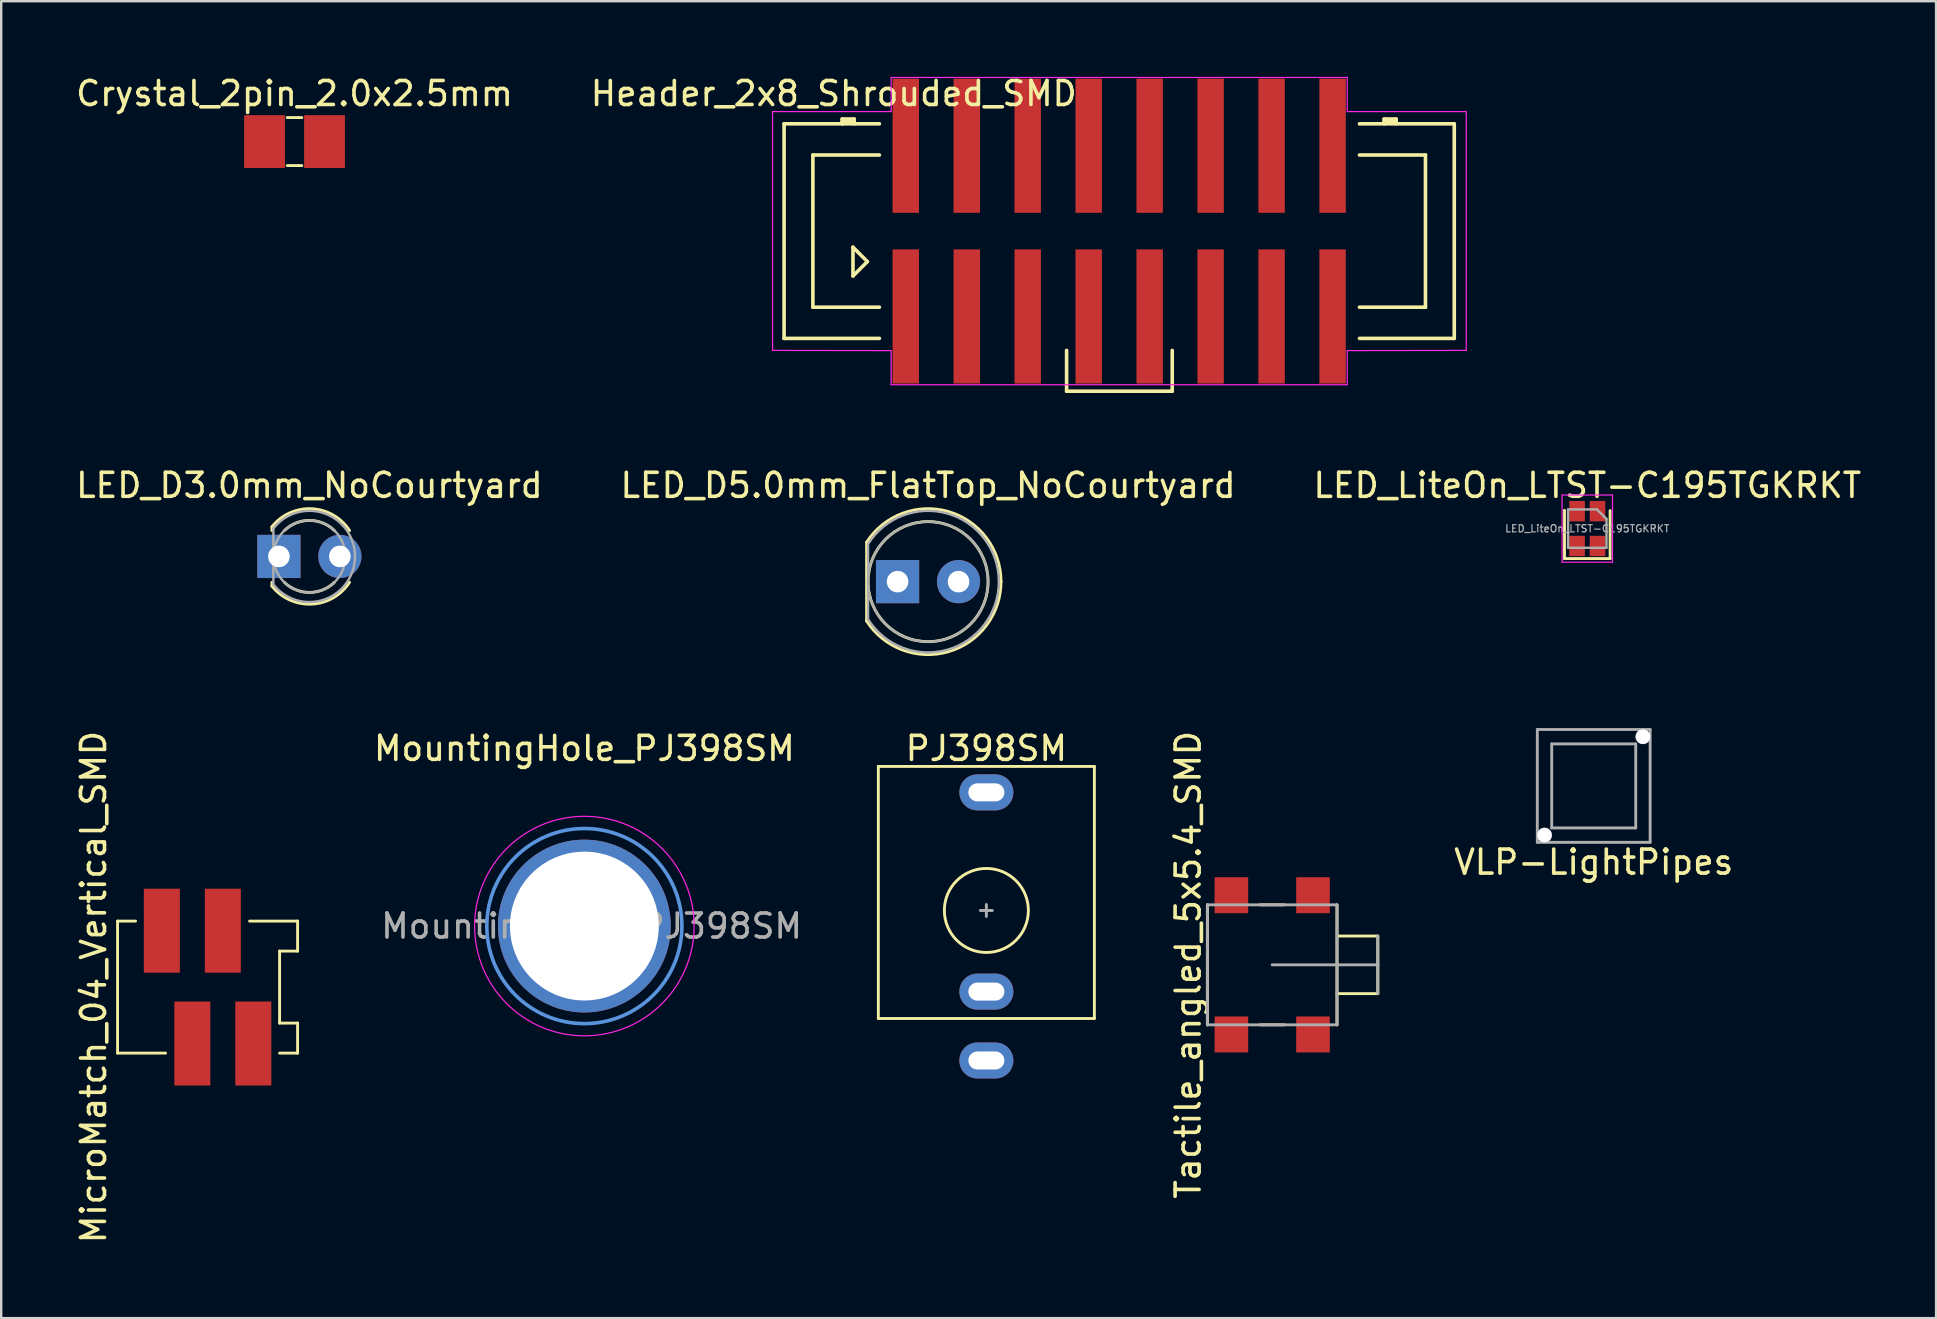
<source format=kicad_pcb>
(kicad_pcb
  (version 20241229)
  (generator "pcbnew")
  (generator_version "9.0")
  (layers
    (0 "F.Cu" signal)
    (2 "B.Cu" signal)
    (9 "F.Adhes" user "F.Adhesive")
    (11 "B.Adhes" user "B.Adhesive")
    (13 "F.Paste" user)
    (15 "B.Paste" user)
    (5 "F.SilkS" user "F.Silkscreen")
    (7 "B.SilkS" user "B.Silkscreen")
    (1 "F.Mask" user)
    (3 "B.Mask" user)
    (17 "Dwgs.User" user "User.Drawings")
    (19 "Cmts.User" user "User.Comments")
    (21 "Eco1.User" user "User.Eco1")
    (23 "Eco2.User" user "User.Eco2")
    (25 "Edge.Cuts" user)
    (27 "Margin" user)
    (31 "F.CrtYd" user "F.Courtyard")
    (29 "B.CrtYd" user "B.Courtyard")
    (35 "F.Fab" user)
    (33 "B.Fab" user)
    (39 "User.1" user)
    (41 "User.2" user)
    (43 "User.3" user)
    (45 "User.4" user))
  (footprint "Crystal_2pin_2.0x2.5mm"
    (layer "F.Cu")
    (at 9.22 2.848)
    (property "Reference" "Crystal_2pin_2.0x2.5mm" (at 0 -2 0) (layer "F.SilkS") (effects (font (size 1 1) (thickness 0.15))))
    (attr through_hole)
    (fp_line (start -0.305 -1) (end 0.305 -1) (stroke (width 0.12) (type solid)) (layer "F.SilkS"))
    (fp_line (start 0.305 1) (end -0.305 1) (stroke (width 0.12) (type solid)) (layer "F.SilkS"))
    (pad "1" smd rect (at -1.25 0) (size 1.7 2.2) (layers "F.Cu" "F.Mask" "F.Paste"))
    (pad "2" smd rect (at 1.25 0) (size 1.7 2.2) (layers "F.Cu" "F.Mask" "F.Paste")))
  (footprint "LED_D5.0mm_FlatTop_NoCourtyard"
    (layer "F.Cu")
    (at 34.343 21.181)
    (property "Reference" "LED_D5.0mm_FlatTop_NoCourtyard" (at 1.27 -4.01 0) (layer "F.SilkS") (effects (font (size 1 1) (thickness 0.15))))
    (attr through_hole)
    (fp_line (start -1.29 -1.64) (end -1.29 1.64) (stroke (width 0.12) (type solid)) (layer "F.SilkS"))
    (fp_arc (start -1.29 -1.639512) (mid 2.125106 -2.917258) (end 4.309999 0.001958) (stroke (width 0.12) (type solid)) (layer "F.SilkS"))
    (fp_arc (start 4.309999 -0.001958) (mid 2.125106 2.917258) (end -1.29 1.639512) (stroke (width 0.12) (type solid)) (layer "F.SilkS"))
    (fp_circle (center 1.27 0) (end 3.77 0) (stroke (width 0.12) (type solid)) (fill no) (layer "F.SilkS"))
    (fp_line (start -1.23 -1.566) (end -1.23 1.566) (stroke (width 0.1) (type solid)) (layer "F.Fab"))
    (fp_arc (start -1.23 -1.566046) (mid 4.22 0.00071) (end -1.230753 1.564843) (stroke (width 0.1) (type solid)) (layer "F.Fab"))
    (fp_circle (center 1.27 0) (end 3.77 0) (stroke (width 0.1) (type solid)) (fill no) (layer "F.Fab"))
    (pad "1" thru_hole rect (at 0 0) (size 1.8 1.8) (drill 0.9) (layers "*.Cu" "*.Mask"))
    (pad "2" thru_hole circle (at 2.54 0) (size 1.8 1.8) (drill 0.9) (layers "*.Cu" "*.Mask")))
  (footprint "PJ398SM"
    (layer "F.Cu")
    (at 38.042 34.88)
    (property "Reference" "PJ398SM" (at 0 -6.75 0) (layer "F.SilkS") (effects (font (size 1 1) (thickness 0.15))))
    (attr through_hole)
    (fp_line (start -4.5 -6) (end -4.5 4.5) (stroke (width 0.12) (type solid)) (layer "F.SilkS"))
    (fp_line (start -4.5 4.5) (end 4.5 4.5) (stroke (width 0.12) (type solid)) (layer "F.SilkS"))
    (fp_line (start 4.5 -6) (end -4.5 -6) (stroke (width 0.12) (type solid)) (layer "F.SilkS"))
    (fp_line (start 4.5 4.5) (end 4.5 -6) (stroke (width 0.12) (type solid)) (layer "F.SilkS"))
    (fp_circle (center 0 0) (end 1.75 0) (stroke (width 0.12) (type solid)) (fill no) (layer "F.SilkS"))
    (fp_line (start 0 -0.25) (end 0 0.25) (stroke (width 0.12) (type solid)) (layer "F.Fab"))
    (fp_line (start 0.25 0) (end -0.25 0) (stroke (width 0.12) (type solid)) (layer "F.Fab"))
    (pad "S" thru_hole oval (at 0 6.25) (size 2.25 1.5) (drill oval 1.5 0.75) (layers "*.Cu" "*.Mask"))
    (pad "T" thru_hole oval (at 0 -4.92) (size 2.25 1.5) (drill oval 1.5 0.75) (layers "*.Cu" "*.Mask"))
    (pad "TN" thru_hole oval (at 0 3.38) (size 2.25 1.5) (drill oval 1.5 0.75) (layers "*.Cu" "*.Mask")))
  (footprint "LED_D3.0mm_NoCourtyard"
    (layer "F.Cu")
    (at 8.569 20.131)
    (property "Reference" "LED_D3.0mm_NoCourtyard" (at 1.27 -2.96 0) (layer "F.SilkS") (effects (font (size 1 1) (thickness 0.15))))
    (attr through_hole)
    (fp_line (start -0.29 -1.236) (end -0.29 -1.08) (stroke (width 0.12) (type solid)) (layer "F.SilkS"))
    (fp_line (start -0.29 1.08) (end -0.29 1.236) (stroke (width 0.12) (type solid)) (layer "F.SilkS"))
    (fp_arc (start -0.29 -1.235516) (mid 1.366487 -1.987659) (end 2.942335 -1.078608) (stroke (width 0.12) (type solid)) (layer "F.SilkS"))
    (fp_arc (start 0.229039 -1.08) (mid 1.270117 -1.5) (end 2.31113 -1.079837) (stroke (width 0.12) (type solid)) (layer "F.SilkS"))
    (fp_arc (start 2.31113 1.079837) (mid 1.270117 1.5) (end 0.229039 1.08) (stroke (width 0.12) (type solid)) (layer "F.SilkS"))
    (fp_arc (start 2.942335 1.078608) (mid 1.366487 1.987659) (end -0.29 1.235516) (stroke (width 0.12) (type solid)) (layer "F.SilkS"))
    (fp_line (start -0.23 -1.166) (end -0.23 1.166) (stroke (width 0.1) (type solid)) (layer "F.Fab"))
    (fp_arc (start -0.23 -1.16619) (mid 3.17 0.000452) (end -0.230555 1.165476) (stroke (width 0.1) (type solid)) (layer "F.Fab"))
    (fp_circle (center 1.27 0) (end 2.77 0) (stroke (width 0.1) (type solid)) (fill no) (layer "F.Fab"))
    (pad "1" thru_hole rect (at 0 0) (size 1.8 1.8) (drill 0.9) (layers "*.Cu" "*.Mask"))
    (pad "2" thru_hole circle (at 2.54 0) (size 1.8 1.8) (drill 0.9) (layers "*.Cu" "*.Mask")))
  (footprint "Header_2x8_Shrouded_SMD"
    (layer "F.Cu")
    (at 34.685 7.848)
    (property "Reference" "Header_2x8_Shrouded_SMD" (at -3 -7 0) (layer "F.SilkS") (effects (font (size 1 1) (thickness 0.15))))
    (attr through_hole)
    (fp_line (start -5.07 -5.74) (end -1.1 -5.74) (stroke (width 0.15) (type solid)) (layer "F.SilkS"))
    (fp_line (start -5.07 3.2) (end -5.07 -5.74) (stroke (width 0.15) (type solid)) (layer "F.SilkS"))
    (fp_line (start -3.87 -4.44) (end -1.1 -4.44) (stroke (width 0.15) (type solid)) (layer "F.SilkS"))
    (fp_line (start -3.87 1.9) (end -3.87 -4.44) (stroke (width 0.15) (type solid)) (layer "F.SilkS"))
    (fp_line (start -2.65 -5.94) (end -2.15 -5.94) (stroke (width 0.15) (type solid)) (layer "F.SilkS"))
    (fp_line (start -2.65 -5.84) (end -2.15 -5.84) (stroke (width 0.15) (type solid)) (layer "F.SilkS"))
    (fp_line (start -2.65 -5.74) (end -2.65 -5.94) (stroke (width 0.15) (type solid)) (layer "F.SilkS"))
    (fp_line (start -2.2 -0.6) (end -1.6 0) (stroke (width 0.15) (type solid)) (layer "F.SilkS"))
    (fp_line (start -2.2 0.6) (end -2.2 -0.6) (stroke (width 0.15) (type solid)) (layer "F.SilkS"))
    (fp_line (start -2.15 -5.94) (end -2.15 -5.74) (stroke (width 0.15) (type solid)) (layer "F.SilkS"))
    (fp_line (start -1.6 0) (end -2.2 0.6) (stroke (width 0.15) (type solid)) (layer "F.SilkS"))
    (fp_line (start -1.1 1.9) (end -3.87 1.9) (stroke (width 0.15) (type solid)) (layer "F.SilkS"))
    (fp_line (start -1.1 3.2) (end -5.07 3.2) (stroke (width 0.15) (type solid)) (layer "F.SilkS"))
    (fp_line (start 6.7 5.4) (end 6.7 3.7) (stroke (width 0.15) (type default)) (layer "F.SilkS"))
    (fp_line (start 11.1 3.7) (end 11.1 5.4) (stroke (width 0.15) (type default)) (layer "F.SilkS"))
    (fp_line (start 11.1 5.4) (end 6.7 5.4) (stroke (width 0.15) (type default)) (layer "F.SilkS"))
    (fp_line (start 18.9 -5.74) (end 22.85 -5.74) (stroke (width 0.15) (type solid)) (layer "F.SilkS"))
    (fp_line (start 18.9 -4.44) (end 21.65 -4.44) (stroke (width 0.15) (type solid)) (layer "F.SilkS"))
    (fp_line (start 19.93 -5.94) (end 20.43 -5.94) (stroke (width 0.15) (type solid)) (layer "F.SilkS"))
    (fp_line (start 19.93 -5.84) (end 20.43 -5.84) (stroke (width 0.15) (type solid)) (layer "F.SilkS"))
    (fp_line (start 19.93 -5.74) (end 19.93 -5.94) (stroke (width 0.15) (type solid)) (layer "F.SilkS"))
    (fp_line (start 20.43 -5.94) (end 20.43 -5.74) (stroke (width 0.15) (type solid)) (layer "F.SilkS"))
    (fp_line (start 21.65 -4.44) (end 21.65 1.9) (stroke (width 0.15) (type solid)) (layer "F.SilkS"))
    (fp_line (start 21.65 1.9) (end 18.9 1.9) (stroke (width 0.15) (type solid)) (layer "F.SilkS"))
    (fp_line (start 22.85 -5.74) (end 22.85 3.2) (stroke (width 0.15) (type solid)) (layer "F.SilkS"))
    (fp_line (start 22.85 3.2) (end 18.9 3.2) (stroke (width 0.15) (type solid)) (layer "F.SilkS"))
    (fp_line (start -5.55 -6.25) (end -0.61 -6.25) (stroke (width 0.05) (type solid)) (layer "F.CrtYd"))
    (fp_line (start -5.55 3.7) (end -5.55 -6.25) (stroke (width 0.05) (type solid)) (layer "F.CrtYd"))
    (fp_line (start -0.61 -7.671) (end 18.39 -7.671) (stroke (width 0.05) (type solid)) (layer "F.CrtYd"))
    (fp_line (start -0.61 -6.25) (end -0.61 -7.671) (stroke (width 0.05) (type solid)) (layer "F.CrtYd"))
    (fp_line (start -0.61 3.708) (end -5.55 3.7) (stroke (width 0.05) (type solid)) (layer "F.CrtYd"))
    (fp_line (start -0.61 5.131) (end -0.61 3.708) (stroke (width 0.05) (type solid)) (layer "F.CrtYd"))
    (fp_line (start 18.39 -6.248) (end 18.39 -7.671) (stroke (width 0.05) (type solid)) (layer "F.CrtYd"))
    (fp_line (start 18.39 -6.248) (end 23.35 -6.25) (stroke (width 0.05) (type solid)) (layer "F.CrtYd"))
    (fp_line (start 18.39 3.708) (end 18.39 5.131) (stroke (width 0.05) (type solid)) (layer "F.CrtYd"))
    (fp_line (start 18.39 5.131) (end -0.61 5.131) (stroke (width 0.05) (type solid)) (layer "F.CrtYd"))
    (fp_line (start 23.35 -6.25) (end 23.35 3.7) (stroke (width 0.05) (type solid)) (layer "F.CrtYd"))
    (fp_line (start 23.35 3.7) (end 18.39 3.708) (stroke (width 0.05) (type solid)) (layer "F.CrtYd"))
    (pad "1" smd rect (at 0 2.286) (size 1.1 5.588) (layers "F.Cu" "F.Mask" "F.Paste"))
    (pad "2" smd rect (at 0 -4.826) (size 1.1 5.588) (layers "F.Cu" "F.Mask" "F.Paste"))
    (pad "3" smd rect (at 2.54 2.286) (size 1.1 5.588) (layers "F.Cu" "F.Mask" "F.Paste"))
    (pad "4" smd rect (at 2.54 -4.826) (size 1.1 5.588) (layers "F.Cu" "F.Mask" "F.Paste"))
    (pad "5" smd rect (at 5.08 2.286) (size 1.1 5.588) (layers "F.Cu" "F.Mask" "F.Paste"))
    (pad "6" smd rect (at 5.08 -4.826) (size 1.1 5.588) (layers "F.Cu" "F.Mask" "F.Paste"))
    (pad "7" smd rect (at 7.62 2.286) (size 1.1 5.588) (layers "F.Cu" "F.Mask" "F.Paste"))
    (pad "8" smd rect (at 7.62 -4.826) (size 1.1 5.588) (layers "F.Cu" "F.Mask" "F.Paste"))
    (pad "9" smd rect (at 10.16 2.286) (size 1.1 5.588) (layers "F.Cu" "F.Mask" "F.Paste"))
    (pad "10" smd rect (at 10.16 -4.826) (size 1.1 5.588) (layers "F.Cu" "F.Mask" "F.Paste"))
    (pad "11" smd rect (at 12.7 2.286) (size 1.1 5.588) (layers "F.Cu" "F.Mask" "F.Paste"))
    (pad "12" smd rect (at 12.7 -4.826) (size 1.1 5.588) (layers "F.Cu" "F.Mask" "F.Paste"))
    (pad "13" smd rect (at 15.24 2.286) (size 1.1 5.588) (layers "F.Cu" "F.Mask" "F.Paste"))
    (pad "14" smd rect (at 15.24 -4.826) (size 1.1 5.588) (layers "F.Cu" "F.Mask" "F.Paste"))
    (pad "15" smd rect (at 17.78 2.286) (size 1.1 5.588) (layers "F.Cu" "F.Mask" "F.Paste"))
    (pad "16" smd rect (at 17.78 -4.826) (size 1.1 5.588) (layers "F.Cu" "F.Mask" "F.Paste")))
  (footprint "MicroMatch_04_Vertical_SMD"
    (layer "F.Cu")
    (at 5.598 38.073)
    (property "Reference" "MicroMatch_04_Vertical_SMD" (at -4.75 0 90) (layer "F.SilkS") (effects (font (size 1 1) (thickness 0.15))))
    (attr through_hole)
    (fp_line (start -3.75 -2.75) (end -3.75 2.75) (stroke (width 0.12) (type solid)) (layer "F.SilkS"))
    (fp_line (start -3.75 2.75) (end -1.75 2.75) (stroke (width 0.12) (type solid)) (layer "F.SilkS"))
    (fp_line (start -3 -2.75) (end -3.75 -2.75) (stroke (width 0.12) (type solid)) (layer "F.SilkS"))
    (fp_line (start 1.75 -2.75) (end 3.75 -2.75) (stroke (width 0.12) (type solid)) (layer "F.SilkS"))
    (fp_line (start 3 -1.5) (end 3 1.5) (stroke (width 0.12) (type solid)) (layer "F.SilkS"))
    (fp_line (start 3 1.5) (end 3.75 1.5) (stroke (width 0.12) (type solid)) (layer "F.SilkS"))
    (fp_line (start 3.75 -2.75) (end 3.75 -1.5) (stroke (width 0.12) (type solid)) (layer "F.SilkS"))
    (fp_line (start 3.75 -1.5) (end 3 -1.5) (stroke (width 0.12) (type solid)) (layer "F.SilkS"))
    (fp_line (start 3.75 1.5) (end 3.75 2.75) (stroke (width 0.12) (type solid)) (layer "F.SilkS"))
    (fp_line (start 3.75 2.75) (end 3 2.75) (stroke (width 0.12) (type solid)) (layer "F.SilkS"))
    (pad "1" smd rect (at 1.905 2.35) (size 1.5 3.5) (layers "F.Cu" "F.Mask" "F.Paste"))
    (pad "2" smd rect (at 0.635 -2.35) (size 1.5 3.5) (layers "F.Cu" "F.Mask" "F.Paste"))
    (pad "3" smd rect (at -0.635 2.35) (size 1.5 3.5) (layers "F.Cu" "F.Mask" "F.Paste"))
    (pad "4" smd rect (at -1.905 -2.35) (size 1.5 3.5) (layers "F.Cu" "F.Mask" "F.Paste")))
  (footprint "Tactile_angled_5x5.4_SMD"
    (layer "F.Cu")
    (at 49.95 37.145)
    (property "Reference" "Tactile_angled_5x5.4_SMD" (at -3.5 0 90) (layer "F.SilkS") (effects (font (size 1 1) (thickness 0.15))))
    (attr through_hole)
    (fp_line (start -2.7 -2.5) (end -2.7 2.5) (stroke (width 0.12) (type solid)) (layer "F.SilkS"))
    (fp_line (start -0.5 -2.5) (end 0.5 -2.5) (stroke (width 0.12) (type solid)) (layer "F.SilkS"))
    (fp_line (start -0.5 2.5) (end 0.5 2.5) (stroke (width 0.12) (type solid)) (layer "F.SilkS"))
    (fp_line (start 2.7 -2.5) (end 2.7 2.5) (stroke (width 0.12) (type solid)) (layer "F.SilkS"))
    (fp_line (start 4.4 -1.2) (end 2.7 -1.2) (stroke (width 0.12) (type solid)) (layer "F.SilkS"))
    (fp_line (start 4.4 1.2) (end 2.7 1.2) (stroke (width 0.12) (type solid)) (layer "F.SilkS"))
    (fp_line (start 4.4 1.2) (end 4.4 -1.2) (stroke (width 0.12) (type solid)) (layer "F.SilkS"))
    (fp_line (start -2.7 -2.5) (end -2.7 2.5) (stroke (width 0.12) (type solid)) (layer "F.Fab"))
    (fp_line (start -2.7 2.5) (end 2.7 2.5) (stroke (width 0.12) (type solid)) (layer "F.Fab"))
    (fp_line (start 0 0) (end 4.4 0) (stroke (width 0.12) (type solid)) (layer "F.Fab"))
    (fp_line (start 2.7 -2.5) (end -2.7 -2.5) (stroke (width 0.12) (type solid)) (layer "F.Fab"))
    (fp_line (start 2.7 2.5) (end 2.7 -2.5) (stroke (width 0.12) (type solid)) (layer "F.Fab"))
    (fp_line (start 4.4 0) (end 4.4 -1.2) (stroke (width 0.12) (type solid)) (layer "F.Fab"))
    (fp_line (start 4.4 0) (end 4.4 1.2) (stroke (width 0.12) (type solid)) (layer "F.Fab"))
    (pad "1" smd rect (at -1.7 -2.9) (size 1.4 1.5) (layers "F.Cu" "F.Mask" "F.Paste"))
    (pad "2" smd rect (at 1.7 -2.9) (size 1.4 1.5) (layers "F.Cu" "F.Mask" "F.Paste"))
    (pad "3" smd rect (at -1.7 2.9) (size 1.4 1.5) (layers "F.Cu" "F.Mask" "F.Paste"))
    (pad "4" smd rect (at 1.7 2.9) (size 1.4 1.5) (layers "F.Cu" "F.Mask" "F.Paste")))
  (footprint "MountingHole_PJ398SM"
    (layer "F.Cu")
    (at 21.295 35.53)
    (property "Reference" "MountingHole_PJ398SM" (at 0 -7.4 0) (layer "F.SilkS") (effects (font (size 1 1) (thickness 0.15))))
    (attr exclude_from_pos_files exclude_from_bom)
    (fp_circle (center 0 0) (end 4.064 0) (stroke (width 0.15) (type solid)) (fill no) (layer "Cmts.User"))
    (fp_circle (center 0 0) (end 4.572 0) (stroke (width 0.05) (type solid)) (fill no) (layer "F.CrtYd"))
    (fp_text user "${REFERENCE}" (at 0.3 0 0) (layer "F.Fab") (effects (font (size 1 1) (thickness 0.15))))
    (pad "1" thru_hole circle (at 0 0) (size 7.2 7.2) (drill 6.2) (layers "*.Cu" "*.Mask")))
  (footprint "LED_LiteOn_LTST-C195TGKRKT"
    (layer "F.Cu")
    (at 63.077 18.971)
    (property "Reference" "LED_LiteOn_LTST-C195TGKRKT" (at 0 -1.8 0) (layer "F.SilkS") (effects (font (size 1 1) (thickness 0.15))))
    (attr smd)
    (fp_line (start -0.95 -0.762) (end -0.95 1.25) (stroke (width 0.12) (type solid)) (layer "F.SilkS"))
    (fp_line (start -0.95 1.25) (end 0.95 1.25) (stroke (width 0.12) (type solid)) (layer "F.SilkS"))
    (fp_line (start 0.95 -0.75) (end 0.95 1.25) (stroke (width 0.12) (type solid)) (layer "F.SilkS"))
    (fp_line (start -1.05 -1.4) (end 1.05 -1.4) (stroke (width 0.05) (type solid)) (layer "F.CrtYd"))
    (fp_line (start -1.05 1.4) (end -1.05 -1.4) (stroke (width 0.05) (type solid)) (layer "F.CrtYd"))
    (fp_line (start 1.05 -1.4) (end 1.05 1.4) (stroke (width 0.05) (type solid)) (layer "F.CrtYd"))
    (fp_line (start 1.05 1.4) (end -1.05 1.4) (stroke (width 0.05) (type solid)) (layer "F.CrtYd"))
    (fp_line (start -0.8 -0.8) (end -0.8 0.8) (stroke (width 0.1) (type solid)) (layer "F.Fab"))
    (fp_line (start -0.8 0.8) (end 0.8 0.8) (stroke (width 0.1) (type solid)) (layer "F.Fab"))
    (fp_line (start 0.4 -0.8) (end -0.8 -0.8) (stroke (width 0.1) (type solid)) (layer "F.Fab"))
    (fp_line (start 0.8 -0.4) (end 0.4 -0.8) (stroke (width 0.1) (type solid)) (layer "F.Fab"))
    (fp_line (start 0.8 0.8) (end 0.8 -0.4) (stroke (width 0.1) (type solid)) (layer "F.Fab"))
    (fp_text user "${REFERENCE}" (at 0 0 0) (layer "F.Fab") (effects (font (size 0.3 0.3) (thickness 0.05))))
    (pad "1" smd rect (at 0.425 -0.725) (size 0.65 0.85) (layers "F.Cu" "F.Mask" "F.Paste"))
    (pad "2" smd rect (at -0.425 -0.725) (size 0.65 0.85) (layers "F.Cu" "F.Mask" "F.Paste"))
    (pad "3" smd rect (at 0.425 0.725) (size 0.65 0.85) (layers "F.Cu" "F.Mask" "F.Paste"))
    (pad "4" smd rect (at -0.425 0.725) (size 0.65 0.85) (layers "F.Cu" "F.Mask" "F.Paste")))
  (footprint "VLP-LightPipes"
    (layer "F.Cu")
    (at 63.345 29.692)
    (property "Reference" "VLP-LightPipes" (at 0 3.175 0) (layer "F.SilkS") (effects (font (size 1 1) (thickness 0.15))))
    (attr through_hole)
    (fp_line (start -2.35 -2.35) (end -2.35 2.35) (stroke (width 0.12) (type solid)) (layer "F.Fab"))
    (fp_line (start -2.35 2.35) (end 2.35 2.35) (stroke (width 0.12) (type solid)) (layer "F.Fab"))
    (fp_line (start -1.75 -1.75) (end 1.75 -1.75) (stroke (width 0.12) (type solid)) (layer "F.Fab"))
    (fp_line (start -1.75 1.75) (end -1.75 -1.75) (stroke (width 0.12) (type solid)) (layer "F.Fab"))
    (fp_line (start 1.75 -1.75) (end 1.75 1.75) (stroke (width 0.12) (type solid)) (layer "F.Fab"))
    (fp_line (start 1.75 1.75) (end -1.75 1.75) (stroke (width 0.12) (type solid)) (layer "F.Fab"))
    (fp_line (start 2.35 -2.35) (end -2.35 -2.35) (stroke (width 0.12) (type solid)) (layer "F.Fab"))
    (fp_line (start 2.35 2.35) (end 2.35 -2.35) (stroke (width 0.12) (type solid)) (layer "F.Fab"))
    (pad "" np_thru_hole circle (at -2.05 2.05) (size 0.62 0.62) (drill 0.61) (layers "*.Cu" "*.Mask"))
    (pad "" np_thru_hole circle (at 2.05 -2.05) (size 0.62 0.62) (drill 0.61) (layers "*.Cu" "*.Mask")))
  (gr_rect
    (start -3 -3)
    (end 77.607 51.865)
    (stroke (width 0.1) (type default))
    (fill no)
    (layer "Edge.Cuts")))
</source>
